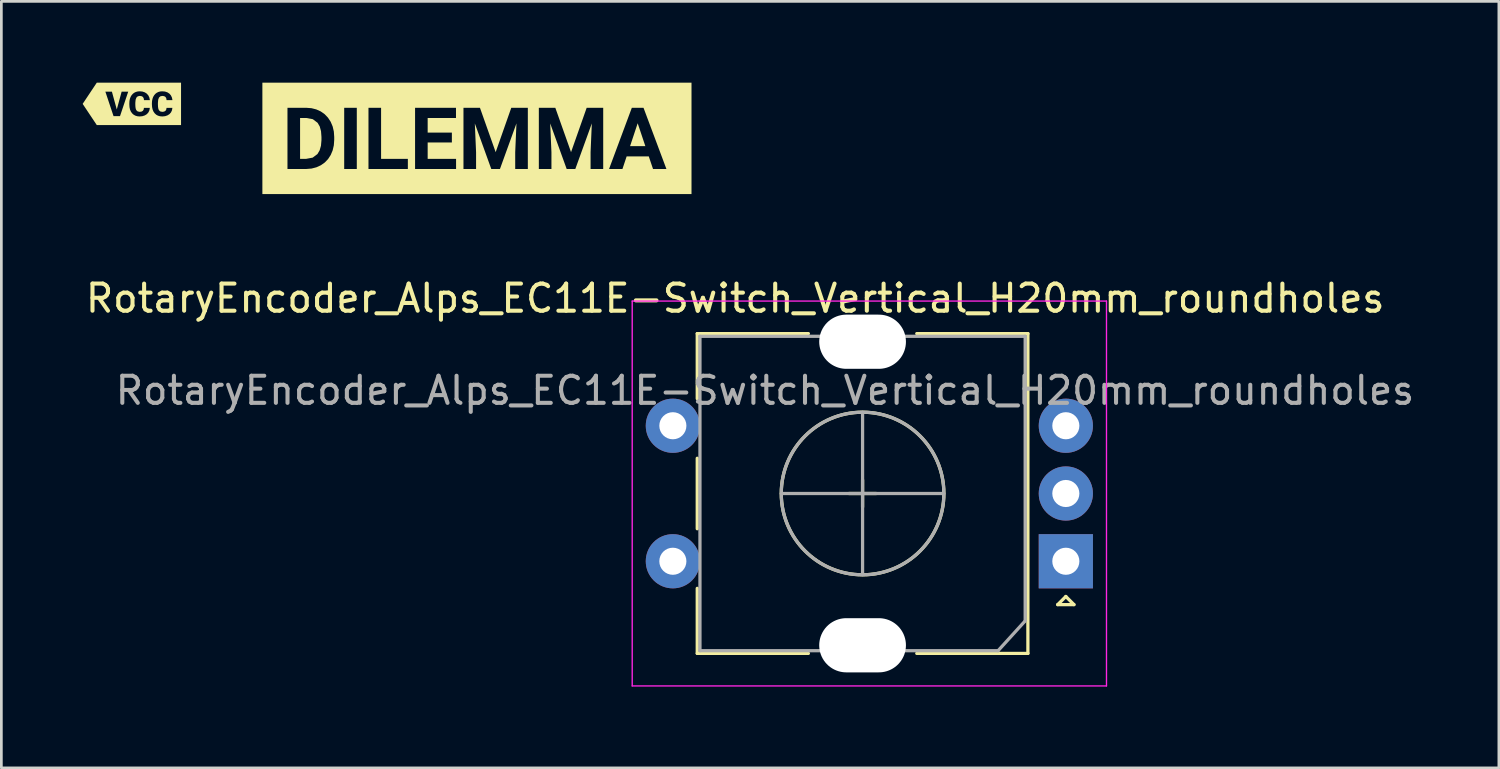
<source format=kicad_pcb>
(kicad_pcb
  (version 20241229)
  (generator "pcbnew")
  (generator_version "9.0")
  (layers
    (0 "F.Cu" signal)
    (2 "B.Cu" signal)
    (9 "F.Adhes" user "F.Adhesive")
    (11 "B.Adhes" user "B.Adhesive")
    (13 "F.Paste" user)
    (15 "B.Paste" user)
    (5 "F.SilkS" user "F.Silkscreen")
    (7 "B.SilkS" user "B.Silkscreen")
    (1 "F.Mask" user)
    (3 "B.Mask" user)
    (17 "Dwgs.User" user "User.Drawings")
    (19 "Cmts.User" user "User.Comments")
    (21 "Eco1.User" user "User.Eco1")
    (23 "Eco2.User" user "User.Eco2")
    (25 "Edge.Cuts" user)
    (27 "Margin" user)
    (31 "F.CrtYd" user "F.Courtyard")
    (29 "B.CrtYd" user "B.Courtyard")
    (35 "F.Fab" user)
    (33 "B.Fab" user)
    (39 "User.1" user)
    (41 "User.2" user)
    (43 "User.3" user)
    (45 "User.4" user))
  (footprint "kibuzzard-628DFB95"
    (layer "F.Cu")
    (at 14.548 2.056)
    (property "Reference" "kibuzzard-628DFB95" (at 0 -2.055 0) (layer "F.SilkS") (effects (font (size 0.001 0.001) (thickness 0.000003))))
    (attr board_only exclude_from_pos_files exclude_from_bom)
    (fp_poly (pts (xy 5.65 0.287) (xy 6.214 0.287) (xy 5.931 -0.558) (xy 5.65 0.287)) (stroke (width 0) (type solid)) (fill yes) (layer "F.SilkS"))
    (fp_poly (pts (xy -6.526 -0.752) (xy -6.526 0.755) (xy -6.301 0.755) (xy -6.06 0.71) (xy -5.884 0.577) (xy -5.804 0.441) (xy -5.755 0.271) (xy -5.737 0.067) (xy -5.737 -0.053) (xy -5.753 -0.264) (xy -5.8 -0.438) (xy -5.879 -0.574) (xy -6.055 -0.708) (xy -6.297 -0.752) (xy -6.526 -0.752)) (stroke (width 0) (type solid)) (fill yes) (layer "F.SilkS"))
    (fp_poly (pts (xy -6.991 -2.055) (xy -6.991 -1.129) (xy -6.297 -1.129) (xy -6.105 -1.114) (xy -5.928 -1.069) (xy -5.764 -0.995) (xy -5.619 -0.893) (xy -5.497 -0.765) (xy -5.397 -0.613) (xy -5.324 -0.441) (xy -5.28 -0.253) (xy -5.266 -0.051) (xy -5.266 0.053) (xy -5.28 0.255) (xy -5.323 0.441) (xy -5.395 0.612) (xy -5.493 0.763) (xy -5.615 0.89) (xy -5.76 0.992) (xy -5.924 1.067) (xy -6.101 1.113) (xy -6.292 1.129) (xy -6.991 1.129) (xy -6.991 -1.129) (xy -6.991 -2.055) (xy -7.917 -2.055) (xy -7.917 2.055) (xy -4.433 1.129) (xy -4.898 1.129) (xy -4.898 -1.129) (xy -4.433 -1.129) (xy -4.433 1.129) (xy -7.917 2.055) (xy -6.991 2.055) (xy 6.991 2.055) (xy -2.549 1.129) (xy -4.002 1.129) (xy -4.002 -1.129) (xy -3.537 -1.129) (xy -3.537 0.755) (xy -2.549 0.755) (xy -2.283 1.129) (xy -2.283 -1.129) (xy -0.773 -1.129) (xy -0.773 -0.752) (xy -1.818 -0.752) (xy -1.818 -0.214) (xy -0.925 -0.214) (xy -0.925 0.15) (xy -1.818 0.15) (xy -1.818 0.755) (xy -0.77 0.755) (xy -0.77 1.129) (xy -2.283 1.129) (xy -2.549 0.755) (xy -2.549 1.129) (xy 6.991 2.055) (xy 7.917 2.055) (xy 1.878 1.129) (xy 1.412 1.129) (xy 1.412 0.512) (xy 1.458 -0.553) (xy 0.849 1.129) (xy 0.529 1.129) (xy -0.078 -0.552) (xy -0.032 0.512) (xy -0.032 1.129) (xy -0.497 1.129) (xy -0.497 -1.129) (xy 0.111 -1.129) (xy 0.691 0.508) (xy 1.267 -1.129) (xy 1.878 -1.129) (xy 2.284 1.129) (xy 2.284 -1.129) (xy 2.892 -1.129) (xy 3.472 0.508) (xy 4.049 -1.129) (xy 4.659 -1.129) (xy 4.659 1.129) (xy 4.193 1.129) (xy 4.193 0.512) (xy 4.239 -0.553) (xy 3.63 1.129) (xy 3.311 1.129) (xy 2.703 -0.552) (xy 2.749 0.512) (xy 2.749 1.129) (xy 2.284 1.129) (xy 1.878 -1.129) (xy 1.878 1.129) (xy 7.917 2.055) (xy 7.917 -2.055) (xy 6.146 -1.129) (xy 6.991 1.129) (xy 6.497 1.129) (xy 6.34 0.664) (xy 5.524 0.664) (xy 5.369 1.129) (xy 4.875 1.129) (xy 5.715 -1.129) (xy 6.146 -1.129) (xy 7.917 -2.055) (xy 6.991 -2.055) (xy -6.991 -2.055)) (stroke (width 0) (type solid)) (fill yes) (layer "F.SilkS")))
  (footprint "kibuzzard-628D396A"
    (layer "F.Cu")
    (at 1.815 0.783)
    (property "Reference" "kibuzzard-628D396A" (at 0 -0.782 0) (layer "F.SilkS") (effects (font (size 0.001 0.001) (thickness 0.000003))))
    (attr board_only exclude_from_pos_files exclude_from_bom)
    (fp_poly (pts (xy -0.977 -0.782) (xy -0.977 -0.451) (xy -0.736 -0.451) (xy -0.556 0.206) (xy -0.377 -0.451) (xy -0.134 -0.451) (xy -0.012 -0.317) (xy 0.033 -0.369) (xy 0.086 -0.41) (xy 0.147 -0.44) (xy 0.214 -0.458) (xy 0.287 -0.464) (xy 0.389 -0.455) (xy 0.477 -0.426) (xy 0.551 -0.378) (xy 0.608 -0.313) (xy 0.646 -0.233) (xy 0.665 -0.139) (xy 0.448 -0.139) (xy 0.436 -0.21) (xy 0.406 -0.258) (xy 0.357 -0.285) (xy 0.287 -0.294) (xy 0.217 -0.278) (xy 0.168 -0.233) (xy 0.139 -0.154) (xy 0.128 -0.039) (xy 0.128 0.025) (xy 0.132 0.112) (xy 0.144 0.181) (xy 0.164 0.232) (xy 0.214 0.278) (xy 0.289 0.294) (xy 0.356 0.285) (xy 0.404 0.258) (xy 0.434 0.213) (xy 0.446 0.146) (xy 0.663 0.146) (xy 0.648 0.235) (xy 0.612 0.313) (xy 0.798 0.284) (xy 0.766 0.208) (xy 0.747 0.121) (xy 0.74 0.021) (xy 0.74 -0.024) (xy 0.745 -0.109) (xy 0.761 -0.186) (xy 0.786 -0.256) (xy 0.822 -0.317) (xy 0.866 -0.369) (xy 0.919 -0.41) (xy 0.98 -0.44) (xy 1.047 -0.458) (xy 1.12 -0.464) (xy 1.223 -0.455) (xy 1.311 -0.426) (xy 1.385 -0.378) (xy 1.441 -0.313) (xy 1.479 -0.233) (xy 1.498 -0.139) (xy 1.281 -0.139) (xy 1.269 -0.21) (xy 1.239 -0.258) (xy 1.19 -0.285) (xy 1.12 -0.294) (xy 1.05 -0.278) (xy 1.001 -0.233) (xy 0.972 -0.154) (xy 0.962 -0.039) (xy 0.962 0.025) (xy 0.966 0.112) (xy 0.978 0.181) (xy 0.998 0.232) (xy 1.047 0.278) (xy 1.123 0.294) (xy 1.189 0.285) (xy 1.238 0.258) (xy 1.268 0.213) (xy 1.28 0.146) (xy 1.496 0.146) (xy 1.481 0.235) (xy 1.445 0.313) (xy 1.389 0.377) (xy 1.315 0.424) (xy 1.225 0.454) (xy 1.123 0.464) (xy 1.039 0.457) (xy 0.964 0.435) (xy 0.898 0.399) (xy 0.843 0.348) (xy 0.798 0.284) (xy 0.612 0.313) (xy 0.556 0.377) (xy 0.481 0.424) (xy 0.391 0.454) (xy 0.289 0.464) (xy 0.205 0.457) (xy 0.13 0.435) (xy 0.065 0.399) (xy 0.009 0.348) (xy -0.036 0.284) (xy -0.068 0.208) (xy -0.087 0.121) (xy -0.093 0.021) (xy -0.093 -0.024) (xy -0.088 -0.109) (xy -0.073 -0.186) (xy -0.047 -0.256) (xy -0.012 -0.317) (xy -0.134 -0.451) (xy -0.437 0.452) (xy -0.676 0.452) (xy -0.977 -0.451) (xy -0.977 -0.782) (xy -1.294 -0.782) (xy -1.815 0) (xy -1.294 0.782) (xy -0.977 0.782) (xy 1.498 0.782) (xy 1.815 0.782) (xy 1.815 -0.782) (xy 1.498 -0.782) (xy -0.977 -0.782)) (stroke (width 0) (type solid)) (fill yes) (layer "F.SilkS")))
  (footprint "RotaryEncoder_Alps_EC11E-Switch_Vertical_H20mm_roundholes"
    (layer "F.Cu")
    (at 21.277 12.659)
    (property "Reference" "RotaryEncoder_Alps_EC11E-Switch_Vertical_H20mm_roundholes" (at 2.8 -4.7 0) (layer "F.SilkS") (effects (font (size 1 1) (thickness 0.15))))
    (attr through_hole)
    (fp_line (start 1.4 -3.4) (end 5.5 -3.4) (stroke (width 0.12) (type solid)) (layer "F.SilkS"))
    (fp_line (start 1.4 -1) (end 1.4 -3.4) (stroke (width 0.12) (type solid)) (layer "F.SilkS"))
    (fp_line (start 1.4 3.8) (end 1.4 1.2) (stroke (width 0.12) (type solid)) (layer "F.SilkS"))
    (fp_line (start 1.4 8.4) (end 1.4 6) (stroke (width 0.12) (type solid)) (layer "F.SilkS"))
    (fp_line (start 5.5 8.4) (end 1.4 8.4) (stroke (width 0.12) (type solid)) (layer "F.SilkS"))
    (fp_line (start 7.5 3) (end 7.5 2) (stroke (width 0.12) (type solid)) (layer "F.SilkS"))
    (fp_line (start 8 2.5) (end 7 2.5) (stroke (width 0.12) (type solid)) (layer "F.SilkS"))
    (fp_line (start 9.5 -3.4) (end 13.6 -3.4) (stroke (width 0.12) (type solid)) (layer "F.SilkS"))
    (fp_line (start 9.5 8.4) (end 13.6 8.4) (stroke (width 0.12) (type solid)) (layer "F.SilkS"))
    (fp_line (start 13.6 8.4) (end 13.6 -3.4) (stroke (width 0.12) (type solid)) (layer "F.SilkS"))
    (fp_line (start 14.7 6.6) (end 15 6.3) (stroke (width 0.12) (type solid)) (layer "F.SilkS"))
    (fp_line (start 15 6.3) (end 15.3 6.6) (stroke (width 0.12) (type solid)) (layer "F.SilkS"))
    (fp_line (start 15.3 6.6) (end 14.7 6.6) (stroke (width 0.12) (type solid)) (layer "F.SilkS"))
    (fp_circle (center 7.5 2.5) (end 4.5 2.5) (stroke (width 0.12) (type solid)) (fill no) (layer "F.SilkS"))
    (fp_line (start -1 -4.6) (end -1 9.6) (stroke (width 0.05) (type solid)) (layer "F.CrtYd"))
    (fp_line (start -1 -4.6) (end 16.5 -4.6) (stroke (width 0.05) (type solid)) (layer "F.CrtYd"))
    (fp_line (start 16.5 9.6) (end -1 9.6) (stroke (width 0.05) (type solid)) (layer "F.CrtYd"))
    (fp_line (start 16.5 9.6) (end 16.5 -4.6) (stroke (width 0.05) (type solid)) (layer "F.CrtYd"))
    (fp_line (start 1.5 -3.3) (end 13.5 -3.3) (stroke (width 0.12) (type solid)) (layer "F.Fab"))
    (fp_line (start 1.5 8.3) (end 1.5 -3.3) (stroke (width 0.12) (type solid)) (layer "F.Fab"))
    (fp_line (start 7.5 5.5) (end 7.5 -0.5) (stroke (width 0.12) (type solid)) (layer "F.Fab"))
    (fp_line (start 10.5 2.5) (end 4.5 2.5) (stroke (width 0.12) (type solid)) (layer "F.Fab"))
    (fp_line (start 12.5 8.3) (end 1.5 8.3) (stroke (width 0.12) (type solid)) (layer "F.Fab"))
    (fp_line (start 13.5 -3.3) (end 13.5 7.2) (stroke (width 0.12) (type solid)) (layer "F.Fab"))
    (fp_line (start 13.5 7.2) (end 12.5 8.3) (stroke (width 0.12) (type solid)) (layer "F.Fab"))
    (fp_circle (center 7.5 2.5) (end 4.5 2.5) (stroke (width 0.12) (type solid)) (fill no) (layer "F.Fab"))
    (fp_text user "${REFERENCE}" (at 3.9 -1.3 180) (layer "F.Fab") (effects (font (size 1 1) (thickness 0.15))))
    (pad "" np_thru_hole oval (at 7.5 -3.1 180) (size 3.2 2) (drill oval 3.2 2) (layers "*.Cu" "*.Mask"))
    (pad "" np_thru_hole oval (at 7.5 8.1 180) (size 3.2 2) (drill oval 3.2 2) (layers "*.Cu" "*.Mask"))
    (pad "A" thru_hole rect (at 15 5 180) (size 2 2) (drill 1) (layers "*.Cu" "*.Mask"))
    (pad "B" thru_hole circle (at 15 0 180) (size 2 2) (drill 1) (layers "*.Cu" "*.Mask"))
    (pad "C" thru_hole circle (at 15 2.5 180) (size 2 2) (drill 1) (layers "*.Cu" "*.Mask"))
    (pad "S1" thru_hole circle (at 0.5 0 180) (size 2 2) (drill 1) (layers "*.Cu" "*.Mask"))
    (pad "S2" thru_hole circle (at 0.5 5 180) (size 2 2) (drill 1) (layers "*.Cu" "*.Mask")))
  (gr_rect
    (start -3 -3)
    (end 52.255 25.284)
    (stroke (width 0.1) (type default))
    (fill no)
    (layer "Edge.Cuts")))
</source>
